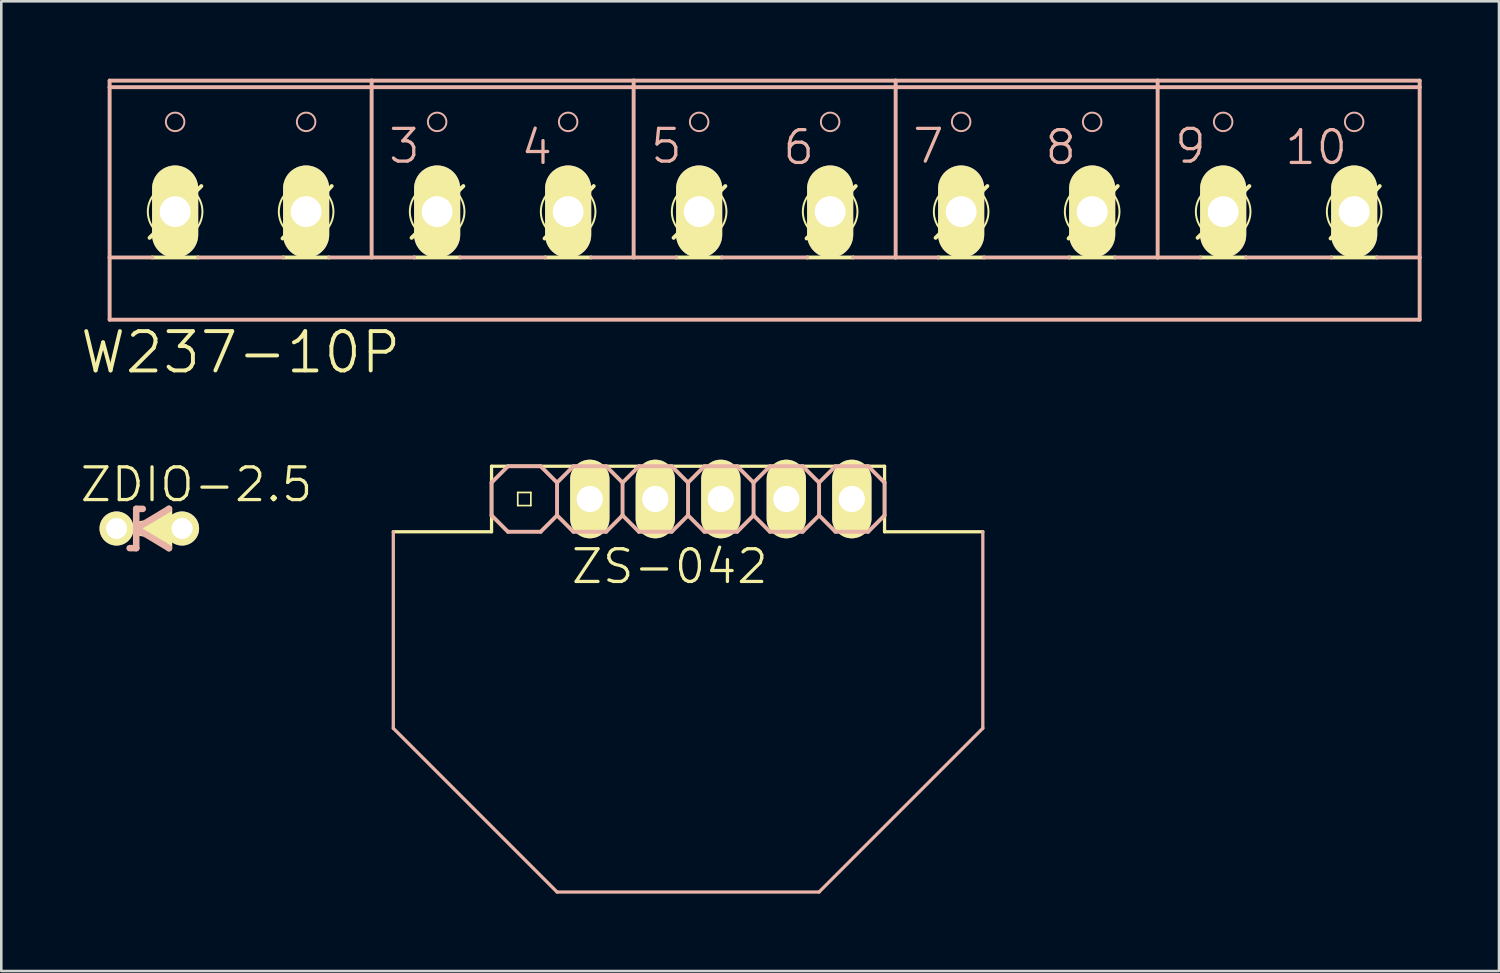
<source format=kicad_pcb>
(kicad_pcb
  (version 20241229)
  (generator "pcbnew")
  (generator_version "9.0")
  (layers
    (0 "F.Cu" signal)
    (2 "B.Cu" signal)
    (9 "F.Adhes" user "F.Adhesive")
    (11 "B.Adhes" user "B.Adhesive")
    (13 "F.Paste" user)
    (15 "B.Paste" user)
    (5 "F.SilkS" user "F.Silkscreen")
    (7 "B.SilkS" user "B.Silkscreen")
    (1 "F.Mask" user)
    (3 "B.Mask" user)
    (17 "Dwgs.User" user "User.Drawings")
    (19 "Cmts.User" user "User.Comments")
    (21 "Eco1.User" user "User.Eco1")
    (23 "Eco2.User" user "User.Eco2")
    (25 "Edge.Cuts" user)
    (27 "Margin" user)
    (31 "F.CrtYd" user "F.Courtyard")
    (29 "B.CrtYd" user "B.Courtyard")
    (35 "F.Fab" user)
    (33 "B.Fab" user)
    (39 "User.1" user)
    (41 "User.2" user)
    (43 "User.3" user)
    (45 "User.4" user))
  (footprint "W237-10P"
    (layer "F.Cu")
    (at 26.601 4.521)
    (property "Reference" "W237-10P" (at -20.32 6.096 0) (layer "F.SilkS") (effects (font (size 1.524 1.524) (thickness 0.152))))
    (attr exclude_from_pos_files exclude_from_bom)
    (fp_line (start -23.851 1.651) (end -21.844 -0.356) (stroke (width 0.152) (type solid)) (layer "F.SilkS"))
    (fp_line (start -23.749 2.413) (end -21.971 2.413) (stroke (width 0.152) (type solid)) (layer "F.SilkS"))
    (fp_line (start -18.694 1.676) (end -16.789 -0.356) (stroke (width 0.152) (type solid)) (layer "F.SilkS"))
    (fp_line (start -18.669 2.413) (end -16.891 2.413) (stroke (width 0.152) (type solid)) (layer "F.SilkS"))
    (fp_line (start -13.691 1.651) (end -11.684 -0.356) (stroke (width 0.152) (type solid)) (layer "F.SilkS"))
    (fp_line (start -13.589 2.413) (end -11.811 2.413) (stroke (width 0.152) (type solid)) (layer "F.SilkS"))
    (fp_line (start -8.534 1.676) (end -6.629 -0.356) (stroke (width 0.152) (type solid)) (layer "F.SilkS"))
    (fp_line (start -8.509 2.413) (end -6.731 2.413) (stroke (width 0.152) (type solid)) (layer "F.SilkS"))
    (fp_line (start -3.531 1.651) (end -1.524 -0.356) (stroke (width 0.152) (type solid)) (layer "F.SilkS"))
    (fp_line (start -3.429 2.413) (end -1.651 2.413) (stroke (width 0.152) (type solid)) (layer "F.SilkS"))
    (fp_line (start 1.626 1.676) (end 3.531 -0.356) (stroke (width 0.152) (type solid)) (layer "F.SilkS"))
    (fp_line (start 1.651 2.413) (end 3.429 2.413) (stroke (width 0.152) (type solid)) (layer "F.SilkS"))
    (fp_line (start 6.629 1.651) (end 8.636 -0.356) (stroke (width 0.152) (type solid)) (layer "F.SilkS"))
    (fp_line (start 6.731 2.413) (end 8.509 2.413) (stroke (width 0.152) (type solid)) (layer "F.SilkS"))
    (fp_line (start 11.786 1.676) (end 13.691 -0.356) (stroke (width 0.152) (type solid)) (layer "F.SilkS"))
    (fp_line (start 11.811 2.413) (end 13.589 2.413) (stroke (width 0.152) (type solid)) (layer "F.SilkS"))
    (fp_line (start 16.789 1.651) (end 18.796 -0.356) (stroke (width 0.152) (type solid)) (layer "F.SilkS"))
    (fp_line (start 16.891 2.413) (end 18.669 2.413) (stroke (width 0.152) (type solid)) (layer "F.SilkS"))
    (fp_line (start 21.946 1.676) (end 23.851 -0.356) (stroke (width 0.152) (type solid)) (layer "F.SilkS"))
    (fp_line (start 21.971 2.413) (end 23.749 2.413) (stroke (width 0.152) (type solid)) (layer "F.SilkS"))
    (fp_circle (center -22.86 0.635) (end -23.609 1.384) (stroke (width 0.076) (type solid)) (fill no) (layer "F.SilkS"))
    (fp_circle (center -17.78 0.635) (end -18.529 1.384) (stroke (width 0.076) (type solid)) (fill no) (layer "F.SilkS"))
    (fp_circle (center -12.7 0.635) (end -13.449 1.384) (stroke (width 0.076) (type solid)) (fill no) (layer "F.SilkS"))
    (fp_circle (center -7.62 0.635) (end -8.369 1.384) (stroke (width 0.076) (type solid)) (fill no) (layer "F.SilkS"))
    (fp_circle (center -2.54 0.635) (end -3.289 1.384) (stroke (width 0.076) (type solid)) (fill no) (layer "F.SilkS"))
    (fp_circle (center 2.54 0.635) (end 3.289 1.384) (stroke (width 0.076) (type solid)) (fill no) (layer "F.SilkS"))
    (fp_circle (center 7.62 0.635) (end 8.369 1.384) (stroke (width 0.076) (type solid)) (fill no) (layer "F.SilkS"))
    (fp_circle (center 12.7 0.635) (end 13.449 1.384) (stroke (width 0.076) (type solid)) (fill no) (layer "F.SilkS"))
    (fp_circle (center 17.78 0.635) (end 18.529 1.384) (stroke (width 0.076) (type solid)) (fill no) (layer "F.SilkS"))
    (fp_circle (center 22.86 0.635) (end 23.609 1.384) (stroke (width 0.076) (type solid)) (fill no) (layer "F.SilkS"))
    (fp_line (start -25.4 -4.445) (end -15.24 -4.445) (stroke (width 0.152) (type solid)) (layer "B.SilkS"))
    (fp_line (start -25.4 -4.191) (end -25.4 -4.445) (stroke (width 0.152) (type solid)) (layer "B.SilkS"))
    (fp_line (start -25.4 -4.191) (end -15.24 -4.191) (stroke (width 0.152) (type solid)) (layer "B.SilkS"))
    (fp_line (start -25.4 2.413) (end -25.4 -4.191) (stroke (width 0.152) (type solid)) (layer "B.SilkS"))
    (fp_line (start -25.4 2.413) (end -23.749 2.413) (stroke (width 0.152) (type solid)) (layer "B.SilkS"))
    (fp_line (start -25.4 4.826) (end -25.4 2.413) (stroke (width 0.152) (type solid)) (layer "B.SilkS"))
    (fp_line (start -25.4 4.826) (end 25.4 4.826) (stroke (width 0.152) (type solid)) (layer "B.SilkS"))
    (fp_line (start -21.971 2.413) (end -18.669 2.413) (stroke (width 0.152) (type solid)) (layer "B.SilkS"))
    (fp_line (start -16.891 2.413) (end -15.24 2.413) (stroke (width 0.152) (type solid)) (layer "B.SilkS"))
    (fp_line (start -15.24 -4.445) (end -5.08 -4.445) (stroke (width 0.152) (type solid)) (layer "B.SilkS"))
    (fp_line (start -15.24 -4.191) (end -15.24 -4.445) (stroke (width 0.152) (type solid)) (layer "B.SilkS"))
    (fp_line (start -15.24 -4.191) (end 25.4 -4.191) (stroke (width 0.152) (type solid)) (layer "B.SilkS"))
    (fp_line (start -15.24 2.413) (end -15.24 -4.191) (stroke (width 0.152) (type solid)) (layer "B.SilkS"))
    (fp_line (start -15.24 2.413) (end -13.589 2.413) (stroke (width 0.152) (type solid)) (layer "B.SilkS"))
    (fp_line (start -11.811 2.413) (end -8.509 2.413) (stroke (width 0.152) (type solid)) (layer "B.SilkS"))
    (fp_line (start -6.731 2.413) (end -5.08 2.413) (stroke (width 0.152) (type solid)) (layer "B.SilkS"))
    (fp_line (start -5.08 -4.445) (end 5.08 -4.445) (stroke (width 0.152) (type solid)) (layer "B.SilkS"))
    (fp_line (start -5.08 2.413) (end -5.08 -4.445) (stroke (width 0.152) (type solid)) (layer "B.SilkS"))
    (fp_line (start -5.08 2.413) (end -3.429 2.413) (stroke (width 0.152) (type solid)) (layer "B.SilkS"))
    (fp_line (start -1.651 2.413) (end 1.651 2.413) (stroke (width 0.152) (type solid)) (layer "B.SilkS"))
    (fp_line (start 3.429 2.413) (end 5.08 2.413) (stroke (width 0.152) (type solid)) (layer "B.SilkS"))
    (fp_line (start 5.08 -4.445) (end 15.24 -4.445) (stroke (width 0.152) (type solid)) (layer "B.SilkS"))
    (fp_line (start 5.08 2.413) (end 5.08 -4.445) (stroke (width 0.152) (type solid)) (layer "B.SilkS"))
    (fp_line (start 5.08 2.413) (end 6.731 2.413) (stroke (width 0.152) (type solid)) (layer "B.SilkS"))
    (fp_line (start 8.509 2.413) (end 11.811 2.413) (stroke (width 0.152) (type solid)) (layer "B.SilkS"))
    (fp_line (start 13.589 2.413) (end 15.24 2.413) (stroke (width 0.152) (type solid)) (layer "B.SilkS"))
    (fp_line (start 15.24 -4.445) (end 25.4 -4.445) (stroke (width 0.152) (type solid)) (layer "B.SilkS"))
    (fp_line (start 15.24 2.413) (end 15.24 -4.445) (stroke (width 0.152) (type solid)) (layer "B.SilkS"))
    (fp_line (start 15.24 2.413) (end 16.891 2.413) (stroke (width 0.152) (type solid)) (layer "B.SilkS"))
    (fp_line (start 18.669 2.413) (end 21.971 2.413) (stroke (width 0.152) (type solid)) (layer "B.SilkS"))
    (fp_line (start 23.749 2.413) (end 25.4 2.413) (stroke (width 0.152) (type solid)) (layer "B.SilkS"))
    (fp_line (start 25.4 -4.191) (end 25.4 -4.445) (stroke (width 0.152) (type solid)) (layer "B.SilkS"))
    (fp_line (start 25.4 2.413) (end 25.4 -4.191) (stroke (width 0.152) (type solid)) (layer "B.SilkS"))
    (fp_line (start 25.4 4.826) (end 25.4 2.413) (stroke (width 0.152) (type solid)) (layer "B.SilkS"))
    (fp_circle (center -22.86 -2.845) (end -23.114 -3.099) (stroke (width 0.076) (type solid)) (fill no) (layer "B.SilkS"))
    (fp_circle (center -17.78 -2.845) (end -18.034 -3.099) (stroke (width 0.076) (type solid)) (fill no) (layer "B.SilkS"))
    (fp_circle (center -12.7 -2.845) (end -12.954 -3.099) (stroke (width 0.076) (type solid)) (fill no) (layer "B.SilkS"))
    (fp_circle (center -7.62 -2.845) (end -7.874 -3.099) (stroke (width 0.076) (type solid)) (fill no) (layer "B.SilkS"))
    (fp_circle (center -2.54 -2.845) (end -2.794 -3.099) (stroke (width 0.076) (type solid)) (fill no) (layer "B.SilkS"))
    (fp_circle (center 2.54 -2.845) (end 2.794 -3.099) (stroke (width 0.076) (type solid)) (fill no) (layer "B.SilkS"))
    (fp_circle (center 7.62 -2.845) (end 7.874 -3.099) (stroke (width 0.076) (type solid)) (fill no) (layer "B.SilkS"))
    (fp_circle (center 12.7 -2.845) (end 12.954 -3.099) (stroke (width 0.076) (type solid)) (fill no) (layer "B.SilkS"))
    (fp_circle (center 17.78 -2.845) (end 18.034 -3.099) (stroke (width 0.076) (type solid)) (fill no) (layer "B.SilkS"))
    (fp_circle (center 22.86 -2.845) (end 23.114 -3.099) (stroke (width 0.076) (type solid)) (fill no) (layer "B.SilkS"))
    (fp_text user "9" (at 16.51 -1.905 0) (layer "B.SilkS") (effects (font (size 1.27 1.27) (thickness 0.127))))
    (fp_text user "3" (at -13.97 -1.905 0) (layer "B.SilkS") (effects (font (size 1.27 1.27) (thickness 0.127))))
    (fp_text user "8" (at 11.481 -1.854 0) (layer "B.SilkS") (effects (font (size 1.27 1.27) (thickness 0.127))))
    (fp_text user "7" (at 6.35 -1.905 0) (layer "B.SilkS") (effects (font (size 1.27 1.27) (thickness 0.127))))
    (fp_text user "10" (at 21.387 -1.854 0) (layer "B.SilkS") (effects (font (size 1.27 1.27) (thickness 0.127))))
    (fp_text user "6" (at 1.321 -1.854 0) (layer "B.SilkS") (effects (font (size 1.27 1.27) (thickness 0.127))))
    (fp_text user "4" (at -8.837 -1.854 0) (layer "B.SilkS") (effects (font (size 1.27 1.27) (thickness 0.127))))
    (fp_text user "5" (at -3.81 -1.905 0) (layer "B.SilkS") (effects (font (size 1.27 1.27) (thickness 0.127))))
    (pad "1" thru_hole oval (at -22.86 0.635 180) (size 1.788 3.579) (drill 1.194) (layers "*.Cu" "F.Mask" "F.SilkS" "F.Paste"))
    (pad "2" thru_hole oval (at -17.78 0.635 180) (size 1.788 3.579) (drill 1.194) (layers "*.Cu" "F.Mask" "F.SilkS" "F.Paste"))
    (pad "3" thru_hole oval (at -12.7 0.635 180) (size 1.788 3.579) (drill 1.194) (layers "*.Cu" "F.Mask" "F.SilkS" "F.Paste"))
    (pad "4" thru_hole oval (at -7.62 0.635 180) (size 1.788 3.579) (drill 1.194) (layers "*.Cu" "F.Mask" "F.SilkS" "F.Paste"))
    (pad "5" thru_hole oval (at -2.54 0.635 180) (size 1.788 3.579) (drill 1.194) (layers "*.Cu" "F.Mask" "F.SilkS" "F.Paste"))
    (pad "6" thru_hole oval (at 2.54 0.635 180) (size 1.788 3.579) (drill 1.194) (layers "*.Cu" "F.Mask" "F.SilkS" "F.Paste"))
    (pad "7" thru_hole oval (at 7.62 0.635 180) (size 1.788 3.579) (drill 1.194) (layers "*.Cu" "F.Mask" "F.SilkS" "F.Paste"))
    (pad "8" thru_hole oval (at 12.7 0.635 180) (size 1.788 3.579) (drill 1.194) (layers "*.Cu" "F.Mask" "F.SilkS" "F.Paste"))
    (pad "9" thru_hole oval (at 17.78 0.635 180) (size 1.788 3.579) (drill 1.194) (layers "*.Cu" "F.Mask" "F.SilkS" "F.Paste"))
    (pad "10" thru_hole oval (at 22.86 0.635 180) (size 1.788 3.579) (drill 1.194) (layers "*.Cu" "F.Mask" "F.SilkS" "F.Paste")))
  (footprint "ZDIO-2.5"
    (layer "F.Cu")
    (at 2.74 17.444)
    (property "Reference" "ZDIO-2.5" (at 1.829 -1.702 0) (layer "F.SilkS") (effects (font (size 1.27 1.27) (thickness 0.127))))
    (attr exclude_from_pos_files exclude_from_bom)
    (fp_line (start 0.508 -0.254) (end 0.508 0) (stroke (width 0.61) (type solid)) (layer "F.SilkS"))
    (fp_line (start 0.508 0) (end -0.254 0) (stroke (width 0.61) (type solid)) (layer "F.SilkS"))
    (fp_line (start 0.508 0) (end 0.508 0.254) (stroke (width 0.61) (type solid)) (layer "F.SilkS"))
    (fp_line (start 0.762 -0.762) (end 0.762 0.762) (stroke (width 0.254) (type solid)) (layer "F.SilkS"))
    (fp_line (start -0.508 -0.762) (end -0.508 0) (stroke (width 0.254) (type solid)) (layer "B.SilkS"))
    (fp_line (start -0.508 0) (end -0.508 0.762) (stroke (width 0.254) (type solid)) (layer "B.SilkS"))
    (fp_line (start -0.508 0) (end 0.762 -0.762) (stroke (width 0.254) (type solid)) (layer "B.SilkS"))
    (fp_line (start -0.508 0.762) (end -0.762 0.762) (stroke (width 0.254) (type solid)) (layer "B.SilkS"))
    (fp_line (start -0.254 -0.762) (end -0.508 -0.762) (stroke (width 0.254) (type solid)) (layer "B.SilkS"))
    (fp_line (start 0.762 0.762) (end -0.508 0) (stroke (width 0.254) (type solid)) (layer "B.SilkS"))
    (pad "A" thru_hole circle (at 1.27 0) (size 1.321 1.321) (drill 0.813) (layers "*.Cu" "F.Mask" "F.SilkS" "F.Paste"))
    (pad "C" thru_hole circle (at -1.27 0) (size 1.321 1.321) (drill 0.813) (layers "*.Cu" "F.Mask" "F.SilkS" "F.Paste")))
  (footprint "ZS-042"
    (layer "F.Cu")
    (at 23.631 16.3)
    (property "Reference" "ZS-042" (at -0.711 2.616 0) (layer "F.SilkS") (effects (font (size 1.27 1.27) (thickness 0.127))))
    (attr exclude_from_pos_files exclude_from_bom)
    (fp_line (start -11.43 1.27) (end -7.62 1.27) (stroke (width 0.127) (type solid)) (layer "F.SilkS"))
    (fp_line (start -7.62 -1.27) (end 7.62 -1.27) (stroke (width 0.127) (type solid)) (layer "F.SilkS"))
    (fp_line (start -7.62 1.27) (end -7.62 -1.27) (stroke (width 0.127) (type solid)) (layer "F.SilkS"))
    (fp_line (start -6.604 -0.254) (end -6.096 -0.254) (stroke (width 0.066) (type solid)) (layer "F.SilkS"))
    (fp_line (start -6.604 0.254) (end -6.604 -0.254) (stroke (width 0.066) (type solid)) (layer "F.SilkS"))
    (fp_line (start -6.604 0.254) (end -6.096 0.254) (stroke (width 0.066) (type solid)) (layer "F.SilkS"))
    (fp_line (start -6.096 0.254) (end -6.096 -0.254) (stroke (width 0.066) (type solid)) (layer "F.SilkS"))
    (fp_line (start -4.064 -0.254) (end -3.556 -0.254) (stroke (width 0.066) (type solid)) (layer "F.SilkS"))
    (fp_line (start -4.064 0.254) (end -4.064 -0.254) (stroke (width 0.066) (type solid)) (layer "F.SilkS"))
    (fp_line (start -4.064 0.254) (end -3.556 0.254) (stroke (width 0.066) (type solid)) (layer "F.SilkS"))
    (fp_line (start -3.556 0.254) (end -3.556 -0.254) (stroke (width 0.066) (type solid)) (layer "F.SilkS"))
    (fp_line (start -1.524 -0.254) (end -1.016 -0.254) (stroke (width 0.066) (type solid)) (layer "F.SilkS"))
    (fp_line (start -1.524 0.254) (end -1.524 -0.254) (stroke (width 0.066) (type solid)) (layer "F.SilkS"))
    (fp_line (start -1.524 0.254) (end -1.016 0.254) (stroke (width 0.066) (type solid)) (layer "F.SilkS"))
    (fp_line (start -1.016 0.254) (end -1.016 -0.254) (stroke (width 0.066) (type solid)) (layer "F.SilkS"))
    (fp_line (start 1.016 -0.254) (end 1.524 -0.254) (stroke (width 0.066) (type solid)) (layer "F.SilkS"))
    (fp_line (start 1.016 0.254) (end 1.016 -0.254) (stroke (width 0.066) (type solid)) (layer "F.SilkS"))
    (fp_line (start 1.016 0.254) (end 1.524 0.254) (stroke (width 0.066) (type solid)) (layer "F.SilkS"))
    (fp_line (start 1.524 0.254) (end 1.524 -0.254) (stroke (width 0.066) (type solid)) (layer "F.SilkS"))
    (fp_line (start 3.556 -0.254) (end 4.064 -0.254) (stroke (width 0.066) (type solid)) (layer "F.SilkS"))
    (fp_line (start 3.556 0.254) (end 3.556 -0.254) (stroke (width 0.066) (type solid)) (layer "F.SilkS"))
    (fp_line (start 3.556 0.254) (end 4.064 0.254) (stroke (width 0.066) (type solid)) (layer "F.SilkS"))
    (fp_line (start 4.064 0.254) (end 4.064 -0.254) (stroke (width 0.066) (type solid)) (layer "F.SilkS"))
    (fp_line (start 6.096 -0.254) (end 6.604 -0.254) (stroke (width 0.066) (type solid)) (layer "F.SilkS"))
    (fp_line (start 6.096 0.254) (end 6.096 -0.254) (stroke (width 0.066) (type solid)) (layer "F.SilkS"))
    (fp_line (start 6.096 0.254) (end 6.604 0.254) (stroke (width 0.066) (type solid)) (layer "F.SilkS"))
    (fp_line (start 6.604 0.254) (end 6.604 -0.254) (stroke (width 0.066) (type solid)) (layer "F.SilkS"))
    (fp_line (start 7.62 -1.27) (end 7.62 1.27) (stroke (width 0.127) (type solid)) (layer "F.SilkS"))
    (fp_line (start 7.62 1.27) (end 11.43 1.27) (stroke (width 0.127) (type solid)) (layer "F.SilkS"))
    (fp_line (start -11.43 8.89) (end -11.43 1.27) (stroke (width 0.127) (type solid)) (layer "B.SilkS"))
    (fp_line (start -7.62 -0.635) (end -7.62 0.635) (stroke (width 0.152) (type solid)) (layer "B.SilkS"))
    (fp_line (start -7.62 0.635) (end -6.985 1.27) (stroke (width 0.152) (type solid)) (layer "B.SilkS"))
    (fp_line (start -6.985 -1.27) (end -7.62 -0.635) (stroke (width 0.152) (type solid)) (layer "B.SilkS"))
    (fp_line (start -6.985 -1.27) (end -5.715 -1.27) (stroke (width 0.152) (type solid)) (layer "B.SilkS"))
    (fp_line (start -5.715 -1.27) (end -5.08 -0.635) (stroke (width 0.152) (type solid)) (layer "B.SilkS"))
    (fp_line (start -5.715 1.27) (end -6.985 1.27) (stroke (width 0.152) (type solid)) (layer "B.SilkS"))
    (fp_line (start -5.08 -0.635) (end -5.08 0.635) (stroke (width 0.152) (type solid)) (layer "B.SilkS"))
    (fp_line (start -5.08 -0.635) (end -4.445 -1.27) (stroke (width 0.152) (type solid)) (layer "B.SilkS"))
    (fp_line (start -5.08 0.635) (end -5.715 1.27) (stroke (width 0.152) (type solid)) (layer "B.SilkS"))
    (fp_line (start -5.08 15.24) (end -11.43 8.89) (stroke (width 0.127) (type solid)) (layer "B.SilkS"))
    (fp_line (start -4.445 -1.27) (end -3.175 -1.27) (stroke (width 0.152) (type solid)) (layer "B.SilkS"))
    (fp_line (start -4.445 1.27) (end -5.08 0.635) (stroke (width 0.152) (type solid)) (layer "B.SilkS"))
    (fp_line (start -3.175 -1.27) (end -2.54 -0.635) (stroke (width 0.152) (type solid)) (layer "B.SilkS"))
    (fp_line (start -3.175 1.27) (end -4.445 1.27) (stroke (width 0.152) (type solid)) (layer "B.SilkS"))
    (fp_line (start -2.54 -0.635) (end -2.54 0.635) (stroke (width 0.152) (type solid)) (layer "B.SilkS"))
    (fp_line (start -2.54 -0.635) (end -1.905 -1.27) (stroke (width 0.152) (type solid)) (layer "B.SilkS"))
    (fp_line (start -2.54 0.635) (end -3.175 1.27) (stroke (width 0.152) (type solid)) (layer "B.SilkS"))
    (fp_line (start -1.905 -1.27) (end -0.635 -1.27) (stroke (width 0.152) (type solid)) (layer "B.SilkS"))
    (fp_line (start -1.905 1.27) (end -2.54 0.635) (stroke (width 0.152) (type solid)) (layer "B.SilkS"))
    (fp_line (start -0.635 -1.27) (end 0 -0.635) (stroke (width 0.152) (type solid)) (layer "B.SilkS"))
    (fp_line (start -0.635 1.27) (end -1.905 1.27) (stroke (width 0.152) (type solid)) (layer "B.SilkS"))
    (fp_line (start 0 -0.635) (end 0 0.635) (stroke (width 0.152) (type solid)) (layer "B.SilkS"))
    (fp_line (start 0 0.635) (end -0.635 1.27) (stroke (width 0.152) (type solid)) (layer "B.SilkS"))
    (fp_line (start 0 0.635) (end 0.635 1.27) (stroke (width 0.152) (type solid)) (layer "B.SilkS"))
    (fp_line (start 0.635 -1.27) (end 0 -0.635) (stroke (width 0.152) (type solid)) (layer "B.SilkS"))
    (fp_line (start 0.635 -1.27) (end 1.905 -1.27) (stroke (width 0.152) (type solid)) (layer "B.SilkS"))
    (fp_line (start 1.905 -1.27) (end 2.54 -0.635) (stroke (width 0.152) (type solid)) (layer "B.SilkS"))
    (fp_line (start 1.905 1.27) (end 0.635 1.27) (stroke (width 0.152) (type solid)) (layer "B.SilkS"))
    (fp_line (start 2.54 -0.635) (end 2.54 0.635) (stroke (width 0.152) (type solid)) (layer "B.SilkS"))
    (fp_line (start 2.54 -0.635) (end 3.175 -1.27) (stroke (width 0.152) (type solid)) (layer "B.SilkS"))
    (fp_line (start 2.54 0.635) (end 1.905 1.27) (stroke (width 0.152) (type solid)) (layer "B.SilkS"))
    (fp_line (start 3.175 -1.27) (end 4.445 -1.27) (stroke (width 0.152) (type solid)) (layer "B.SilkS"))
    (fp_line (start 3.175 1.27) (end 2.54 0.635) (stroke (width 0.152) (type solid)) (layer "B.SilkS"))
    (fp_line (start 4.445 -1.27) (end 5.08 -0.635) (stroke (width 0.152) (type solid)) (layer "B.SilkS"))
    (fp_line (start 4.445 1.27) (end 3.175 1.27) (stroke (width 0.152) (type solid)) (layer "B.SilkS"))
    (fp_line (start 5.08 -0.635) (end 5.08 0.635) (stroke (width 0.152) (type solid)) (layer "B.SilkS"))
    (fp_line (start 5.08 0.635) (end 4.445 1.27) (stroke (width 0.152) (type solid)) (layer "B.SilkS"))
    (fp_line (start 5.08 0.635) (end 5.715 1.27) (stroke (width 0.152) (type solid)) (layer "B.SilkS"))
    (fp_line (start 5.08 15.24) (end -5.08 15.24) (stroke (width 0.127) (type solid)) (layer "B.SilkS"))
    (fp_line (start 5.715 -1.27) (end 5.08 -0.635) (stroke (width 0.152) (type solid)) (layer "B.SilkS"))
    (fp_line (start 5.715 -1.27) (end 6.985 -1.27) (stroke (width 0.152) (type solid)) (layer "B.SilkS"))
    (fp_line (start 6.985 -1.27) (end 7.62 -0.635) (stroke (width 0.152) (type solid)) (layer "B.SilkS"))
    (fp_line (start 6.985 1.27) (end 5.715 1.27) (stroke (width 0.152) (type solid)) (layer "B.SilkS"))
    (fp_line (start 7.62 -0.635) (end 7.62 0.635) (stroke (width 0.152) (type solid)) (layer "B.SilkS"))
    (fp_line (start 7.62 0.635) (end 6.985 1.27) (stroke (width 0.152) (type solid)) (layer "B.SilkS"))
    (fp_line (start 11.43 1.27) (end 11.43 8.89) (stroke (width 0.127) (type solid)) (layer "B.SilkS"))
    (fp_line (start 11.43 8.89) (end 5.08 15.24) (stroke (width 0.127) (type solid)) (layer "B.SilkS"))
    (pad "1" thru_hole rect (at -6.35 0) (size 0.001 0.001) (drill 1.016) (layers "*.Cu" "F.Mask" "F.SilkS" "F.Paste"))
    (pad "2" thru_hole oval (at -3.81 0 180) (size 1.524 3.048) (drill 1.016) (layers "*.Cu" "F.Mask" "F.SilkS" "F.Paste"))
    (pad "3" thru_hole oval (at -1.27 0 180) (size 1.524 3.048) (drill 1.016) (layers "*.Cu" "F.Mask" "F.SilkS" "F.Paste"))
    (pad "4" thru_hole oval (at 1.27 0 180) (size 1.524 3.048) (drill 1.016) (layers "*.Cu" "F.Mask" "F.SilkS" "F.Paste"))
    (pad "5" thru_hole oval (at 3.81 0 180) (size 1.524 3.048) (drill 1.016) (layers "*.Cu" "F.Mask" "F.SilkS" "F.Paste"))
    (pad "6" thru_hole oval (at 6.35 0 180) (size 1.524 3.048) (drill 1.016) (layers "*.Cu" "F.Mask" "F.SilkS" "F.Paste")))
  (gr_rect
    (start -3 -3)
    (end 55.077 34.604)
    (stroke (width 0.1) (type default))
    (fill no)
    (layer "Edge.Cuts")))
</source>
